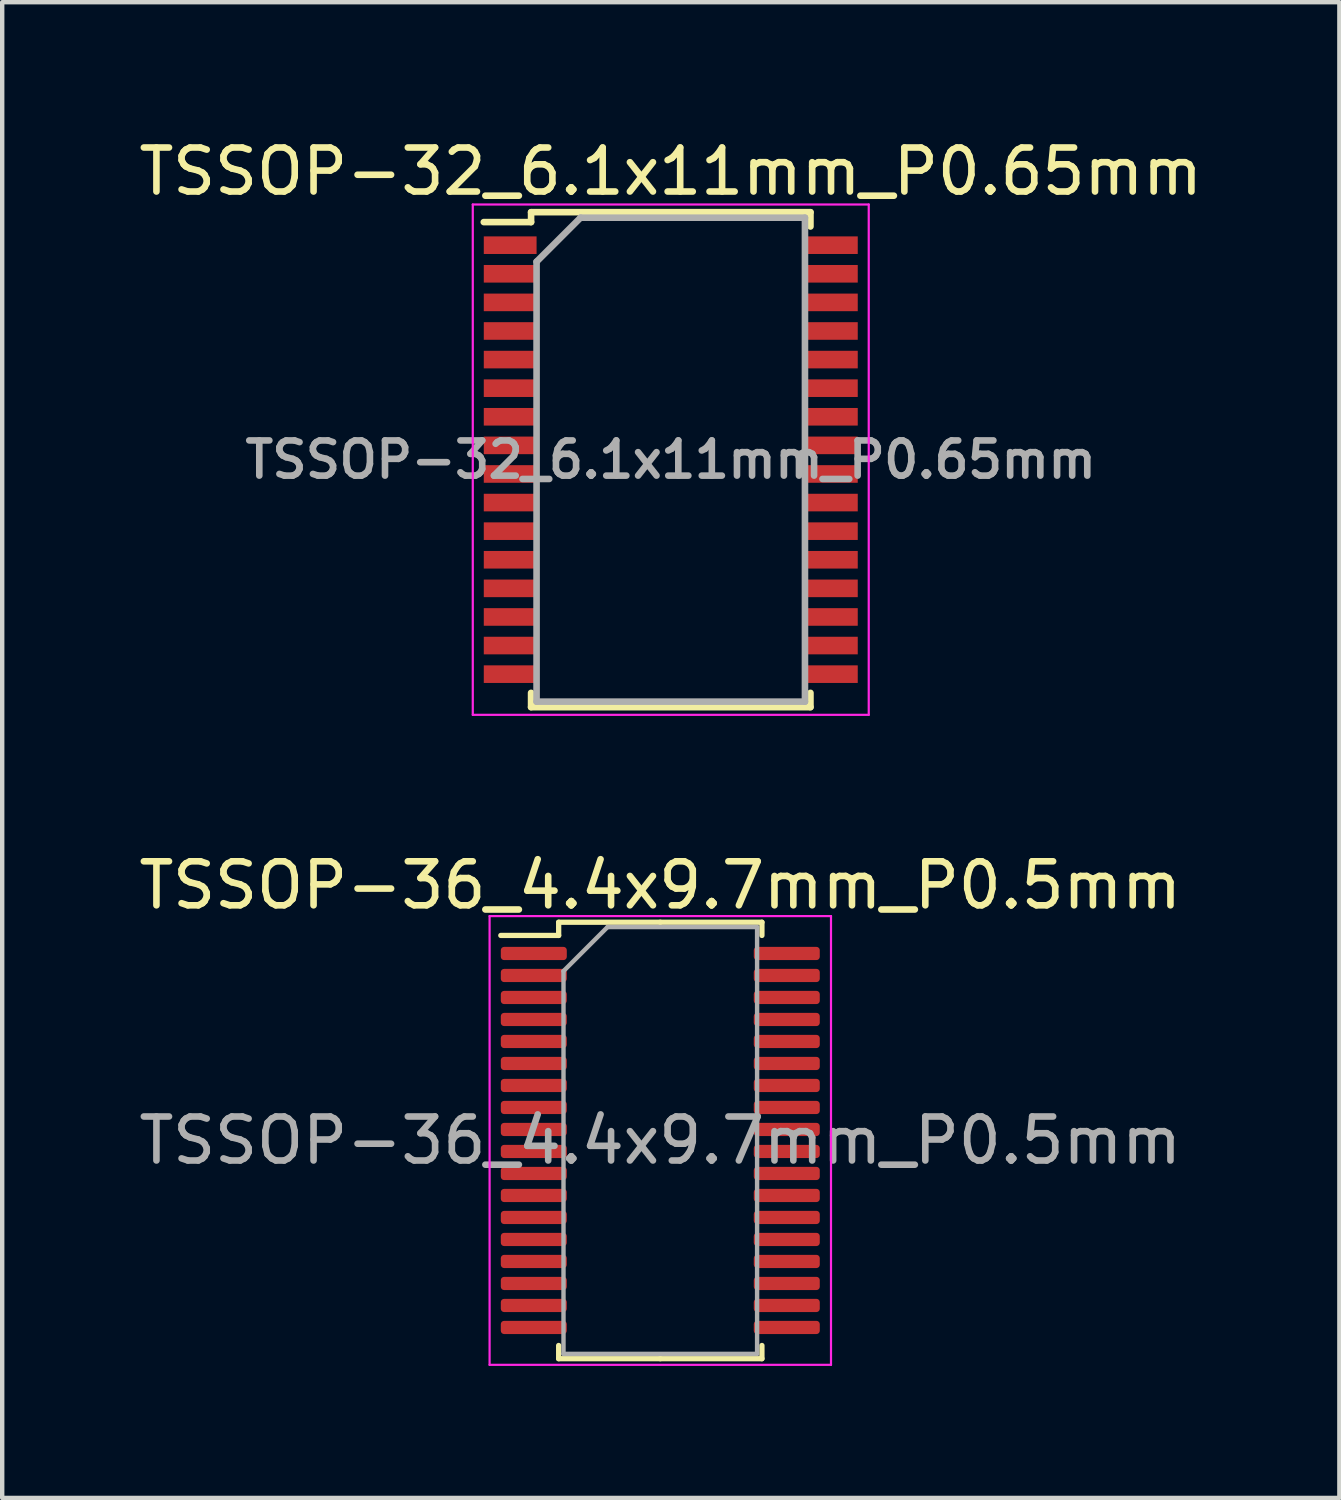
<source format=kicad_pcb>
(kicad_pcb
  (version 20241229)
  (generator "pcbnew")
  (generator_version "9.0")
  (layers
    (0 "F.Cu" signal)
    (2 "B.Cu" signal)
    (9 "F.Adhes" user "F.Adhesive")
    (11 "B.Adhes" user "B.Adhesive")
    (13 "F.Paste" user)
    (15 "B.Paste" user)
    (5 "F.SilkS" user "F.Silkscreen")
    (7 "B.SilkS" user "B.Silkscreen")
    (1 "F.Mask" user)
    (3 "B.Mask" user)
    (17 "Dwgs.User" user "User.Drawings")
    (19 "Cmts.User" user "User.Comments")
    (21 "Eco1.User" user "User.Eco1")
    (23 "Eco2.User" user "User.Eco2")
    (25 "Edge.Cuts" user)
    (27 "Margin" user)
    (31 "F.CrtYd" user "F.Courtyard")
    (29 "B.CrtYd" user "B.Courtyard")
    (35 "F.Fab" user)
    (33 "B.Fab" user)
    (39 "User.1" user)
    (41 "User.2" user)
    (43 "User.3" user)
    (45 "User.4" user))
  (footprint "TSSOP-32_6.1x11mm_P0.65mm"
    (layer "F.Cu")
    (at 12.196 7.398)
    (property "Reference" "TSSOP-32_6.1x11mm_P0.65mm" (at 0 -6.55 0) (layer "F.SilkS") (effects (font (size 1 1) (thickness 0.15))))
    (attr smd)
    (fp_line (start -3.175 -5.625) (end -3.175 -5.4) (stroke (width 0.15) (type solid)) (layer "F.SilkS"))
    (fp_line (start -3.175 -5.625) (end 3.175 -5.625) (stroke (width 0.15) (type solid)) (layer "F.SilkS"))
    (fp_line (start -3.175 -5.4) (end -4.25 -5.4) (stroke (width 0.15) (type solid)) (layer "F.SilkS"))
    (fp_line (start -3.175 5.625) (end -3.175 5.3) (stroke (width 0.15) (type solid)) (layer "F.SilkS"))
    (fp_line (start -3.175 5.625) (end 3.175 5.625) (stroke (width 0.15) (type solid)) (layer "F.SilkS"))
    (fp_line (start 3.175 -5.625) (end 3.175 -5.3) (stroke (width 0.15) (type solid)) (layer "F.SilkS"))
    (fp_line (start 3.175 5.625) (end 3.175 5.3) (stroke (width 0.15) (type solid)) (layer "F.SilkS"))
    (fp_line (start -4.5 -5.8) (end -4.5 5.8) (stroke (width 0.05) (type solid)) (layer "F.CrtYd"))
    (fp_line (start -4.5 -5.8) (end 4.5 -5.8) (stroke (width 0.05) (type solid)) (layer "F.CrtYd"))
    (fp_line (start -4.5 5.8) (end 4.5 5.8) (stroke (width 0.05) (type solid)) (layer "F.CrtYd"))
    (fp_line (start 4.5 -5.8) (end 4.5 5.8) (stroke (width 0.05) (type solid)) (layer "F.CrtYd"))
    (fp_line (start -3.05 -4.5) (end -2.05 -5.5) (stroke (width 0.15) (type solid)) (layer "F.Fab"))
    (fp_line (start -3.05 5.5) (end -3.05 -4.5) (stroke (width 0.15) (type solid)) (layer "F.Fab"))
    (fp_line (start -2.05 -5.5) (end 3.05 -5.5) (stroke (width 0.15) (type solid)) (layer "F.Fab"))
    (fp_line (start 3.05 -5.5) (end 3.05 5.5) (stroke (width 0.15) (type solid)) (layer "F.Fab"))
    (fp_line (start 3.05 5.5) (end -3.05 5.5) (stroke (width 0.15) (type solid)) (layer "F.Fab"))
    (fp_text user "${REFERENCE}" (at 0 0 0) (layer "F.Fab") (effects (font (size 0.8 0.8) (thickness 0.15))))
    (pad "1" smd rect (at -3.65 -4.875) (size 1.2 0.4) (layers "F.Cu" "F.Mask" "F.Paste"))
    (pad "2" smd rect (at -3.65 -4.225) (size 1.2 0.4) (layers "F.Cu" "F.Mask" "F.Paste"))
    (pad "3" smd rect (at -3.65 -3.575) (size 1.2 0.4) (layers "F.Cu" "F.Mask" "F.Paste"))
    (pad "4" smd rect (at -3.65 -2.925) (size 1.2 0.4) (layers "F.Cu" "F.Mask" "F.Paste"))
    (pad "5" smd rect (at -3.65 -2.275) (size 1.2 0.4) (layers "F.Cu" "F.Mask" "F.Paste"))
    (pad "6" smd rect (at -3.65 -1.625) (size 1.2 0.4) (layers "F.Cu" "F.Mask" "F.Paste"))
    (pad "7" smd rect (at -3.65 -0.975) (size 1.2 0.4) (layers "F.Cu" "F.Mask" "F.Paste"))
    (pad "8" smd rect (at -3.65 -0.325) (size 1.2 0.4) (layers "F.Cu" "F.Mask" "F.Paste"))
    (pad "9" smd rect (at -3.65 0.325) (size 1.2 0.4) (layers "F.Cu" "F.Mask" "F.Paste"))
    (pad "10" smd rect (at -3.65 0.975) (size 1.2 0.4) (layers "F.Cu" "F.Mask" "F.Paste"))
    (pad "11" smd rect (at -3.65 1.625) (size 1.2 0.4) (layers "F.Cu" "F.Mask" "F.Paste"))
    (pad "12" smd rect (at -3.65 2.275) (size 1.2 0.4) (layers "F.Cu" "F.Mask" "F.Paste"))
    (pad "13" smd rect (at -3.65 2.925) (size 1.2 0.4) (layers "F.Cu" "F.Mask" "F.Paste"))
    (pad "14" smd rect (at -3.65 3.575) (size 1.2 0.4) (layers "F.Cu" "F.Mask" "F.Paste"))
    (pad "15" smd rect (at -3.65 4.225) (size 1.2 0.4) (layers "F.Cu" "F.Mask" "F.Paste"))
    (pad "16" smd rect (at -3.65 4.875) (size 1.2 0.4) (layers "F.Cu" "F.Mask" "F.Paste"))
    (pad "17" smd rect (at 3.65 4.875) (size 1.2 0.4) (layers "F.Cu" "F.Mask" "F.Paste"))
    (pad "18" smd rect (at 3.65 4.225) (size 1.2 0.4) (layers "F.Cu" "F.Mask" "F.Paste"))
    (pad "19" smd rect (at 3.65 3.575) (size 1.2 0.4) (layers "F.Cu" "F.Mask" "F.Paste"))
    (pad "20" smd rect (at 3.65 2.925) (size 1.2 0.4) (layers "F.Cu" "F.Mask" "F.Paste"))
    (pad "21" smd rect (at 3.65 2.275) (size 1.2 0.4) (layers "F.Cu" "F.Mask" "F.Paste"))
    (pad "22" smd rect (at 3.65 1.625) (size 1.2 0.4) (layers "F.Cu" "F.Mask" "F.Paste"))
    (pad "23" smd rect (at 3.65 0.975) (size 1.2 0.4) (layers "F.Cu" "F.Mask" "F.Paste"))
    (pad "24" smd rect (at 3.65 0.325) (size 1.2 0.4) (layers "F.Cu" "F.Mask" "F.Paste"))
    (pad "25" smd rect (at 3.65 -0.325) (size 1.2 0.4) (layers "F.Cu" "F.Mask" "F.Paste"))
    (pad "26" smd rect (at 3.65 -0.975) (size 1.2 0.4) (layers "F.Cu" "F.Mask" "F.Paste"))
    (pad "27" smd rect (at 3.65 -1.625) (size 1.2 0.4) (layers "F.Cu" "F.Mask" "F.Paste"))
    (pad "28" smd rect (at 3.65 -2.275) (size 1.2 0.4) (layers "F.Cu" "F.Mask" "F.Paste"))
    (pad "29" smd rect (at 3.65 -2.925) (size 1.2 0.4) (layers "F.Cu" "F.Mask" "F.Paste"))
    (pad "30" smd rect (at 3.65 -3.575) (size 1.2 0.4) (layers "F.Cu" "F.Mask" "F.Paste"))
    (pad "31" smd rect (at 3.65 -4.225) (size 1.2 0.4) (layers "F.Cu" "F.Mask" "F.Paste"))
    (pad "32" smd rect (at 3.65 -4.875) (size 1.2 0.4) (layers "F.Cu" "F.Mask" "F.Paste")))
  (footprint "TSSOP-36_4.4x9.7mm_P0.5mm"
    (layer "F.Cu")
    (at 11.958 22.872)
    (property "Reference" "TSSOP-36_4.4x9.7mm_P0.5mm" (at 0 -5.8 0) (layer "F.SilkS") (effects (font (size 1 1) (thickness 0.15))))
    (attr smd)
    (fp_line (start -2.31 -4.96) (end -2.31 -4.66) (stroke (width 0.12) (type solid)) (layer "F.SilkS"))
    (fp_line (start -2.31 -4.66) (end -3.625 -4.66) (stroke (width 0.12) (type solid)) (layer "F.SilkS"))
    (fp_line (start -2.31 4.96) (end -2.31 4.66) (stroke (width 0.12) (type solid)) (layer "F.SilkS"))
    (fp_line (start 0 -4.96) (end -2.31 -4.96) (stroke (width 0.12) (type solid)) (layer "F.SilkS"))
    (fp_line (start 0 -4.96) (end 2.31 -4.96) (stroke (width 0.12) (type solid)) (layer "F.SilkS"))
    (fp_line (start 0 4.96) (end -2.31 4.96) (stroke (width 0.12) (type solid)) (layer "F.SilkS"))
    (fp_line (start 0 4.96) (end 2.31 4.96) (stroke (width 0.12) (type solid)) (layer "F.SilkS"))
    (fp_line (start 2.31 -4.96) (end 2.31 -4.66) (stroke (width 0.12) (type solid)) (layer "F.SilkS"))
    (fp_line (start 2.31 4.96) (end 2.31 4.66) (stroke (width 0.12) (type solid)) (layer "F.SilkS"))
    (fp_line (start -3.88 -5.1) (end -3.88 5.1) (stroke (width 0.05) (type solid)) (layer "F.CrtYd"))
    (fp_line (start -3.88 5.1) (end 3.88 5.1) (stroke (width 0.05) (type solid)) (layer "F.CrtYd"))
    (fp_line (start 3.88 -5.1) (end -3.88 -5.1) (stroke (width 0.05) (type solid)) (layer "F.CrtYd"))
    (fp_line (start 3.88 5.1) (end 3.88 -5.1) (stroke (width 0.05) (type solid)) (layer "F.CrtYd"))
    (fp_line (start -2.2 -3.85) (end -1.2 -4.85) (stroke (width 0.1) (type solid)) (layer "F.Fab"))
    (fp_line (start -2.2 4.85) (end -2.2 -3.85) (stroke (width 0.1) (type solid)) (layer "F.Fab"))
    (fp_line (start -1.2 -4.85) (end 2.2 -4.85) (stroke (width 0.1) (type solid)) (layer "F.Fab"))
    (fp_line (start 2.2 -4.85) (end 2.2 4.85) (stroke (width 0.1) (type solid)) (layer "F.Fab"))
    (fp_line (start 2.2 4.85) (end -2.2 4.85) (stroke (width 0.1) (type solid)) (layer "F.Fab"))
    (fp_text user "${REFERENCE}" (at 0 0 0) (layer "F.Fab") (effects (font (size 1 1) (thickness 0.15))))
    (pad "1" smd roundrect (at -2.875 -4.25) (size 1.5 0.3) (layers "F.Cu" "F.Mask" "F.Paste") (roundrect_rratio 0.25))
    (pad "2" smd roundrect (at -2.875 -3.75) (size 1.5 0.3) (layers "F.Cu" "F.Mask" "F.Paste") (roundrect_rratio 0.25))
    (pad "3" smd roundrect (at -2.875 -3.25) (size 1.5 0.3) (layers "F.Cu" "F.Mask" "F.Paste") (roundrect_rratio 0.25))
    (pad "4" smd roundrect (at -2.875 -2.75) (size 1.5 0.3) (layers "F.Cu" "F.Mask" "F.Paste") (roundrect_rratio 0.25))
    (pad "5" smd roundrect (at -2.875 -2.25) (size 1.5 0.3) (layers "F.Cu" "F.Mask" "F.Paste") (roundrect_rratio 0.25))
    (pad "6" smd roundrect (at -2.875 -1.75) (size 1.5 0.3) (layers "F.Cu" "F.Mask" "F.Paste") (roundrect_rratio 0.25))
    (pad "7" smd roundrect (at -2.875 -1.25) (size 1.5 0.3) (layers "F.Cu" "F.Mask" "F.Paste") (roundrect_rratio 0.25))
    (pad "8" smd roundrect (at -2.875 -0.75) (size 1.5 0.3) (layers "F.Cu" "F.Mask" "F.Paste") (roundrect_rratio 0.25))
    (pad "9" smd roundrect (at -2.875 -0.25) (size 1.5 0.3) (layers "F.Cu" "F.Mask" "F.Paste") (roundrect_rratio 0.25))
    (pad "10" smd roundrect (at -2.875 0.25) (size 1.5 0.3) (layers "F.Cu" "F.Mask" "F.Paste") (roundrect_rratio 0.25))
    (pad "11" smd roundrect (at -2.875 0.75) (size 1.5 0.3) (layers "F.Cu" "F.Mask" "F.Paste") (roundrect_rratio 0.25))
    (pad "12" smd roundrect (at -2.875 1.25) (size 1.5 0.3) (layers "F.Cu" "F.Mask" "F.Paste") (roundrect_rratio 0.25))
    (pad "13" smd roundrect (at -2.875 1.75) (size 1.5 0.3) (layers "F.Cu" "F.Mask" "F.Paste") (roundrect_rratio 0.25))
    (pad "14" smd roundrect (at -2.875 2.25) (size 1.5 0.3) (layers "F.Cu" "F.Mask" "F.Paste") (roundrect_rratio 0.25))
    (pad "15" smd roundrect (at -2.875 2.75) (size 1.5 0.3) (layers "F.Cu" "F.Mask" "F.Paste") (roundrect_rratio 0.25))
    (pad "16" smd roundrect (at -2.875 3.25) (size 1.5 0.3) (layers "F.Cu" "F.Mask" "F.Paste") (roundrect_rratio 0.25))
    (pad "17" smd roundrect (at -2.875 3.75) (size 1.5 0.3) (layers "F.Cu" "F.Mask" "F.Paste") (roundrect_rratio 0.25))
    (pad "18" smd roundrect (at -2.875 4.25) (size 1.5 0.3) (layers "F.Cu" "F.Mask" "F.Paste") (roundrect_rratio 0.25))
    (pad "19" smd roundrect (at 2.875 4.25) (size 1.5 0.3) (layers "F.Cu" "F.Mask" "F.Paste") (roundrect_rratio 0.25))
    (pad "20" smd roundrect (at 2.875 3.75) (size 1.5 0.3) (layers "F.Cu" "F.Mask" "F.Paste") (roundrect_rratio 0.25))
    (pad "21" smd roundrect (at 2.875 3.25) (size 1.5 0.3) (layers "F.Cu" "F.Mask" "F.Paste") (roundrect_rratio 0.25))
    (pad "22" smd roundrect (at 2.875 2.75) (size 1.5 0.3) (layers "F.Cu" "F.Mask" "F.Paste") (roundrect_rratio 0.25))
    (pad "23" smd roundrect (at 2.875 2.25) (size 1.5 0.3) (layers "F.Cu" "F.Mask" "F.Paste") (roundrect_rratio 0.25))
    (pad "24" smd roundrect (at 2.875 1.75) (size 1.5 0.3) (layers "F.Cu" "F.Mask" "F.Paste") (roundrect_rratio 0.25))
    (pad "25" smd roundrect (at 2.875 1.25) (size 1.5 0.3) (layers "F.Cu" "F.Mask" "F.Paste") (roundrect_rratio 0.25))
    (pad "26" smd roundrect (at 2.875 0.75) (size 1.5 0.3) (layers "F.Cu" "F.Mask" "F.Paste") (roundrect_rratio 0.25))
    (pad "27" smd roundrect (at 2.875 0.25) (size 1.5 0.3) (layers "F.Cu" "F.Mask" "F.Paste") (roundrect_rratio 0.25))
    (pad "28" smd roundrect (at 2.875 -0.25) (size 1.5 0.3) (layers "F.Cu" "F.Mask" "F.Paste") (roundrect_rratio 0.25))
    (pad "29" smd roundrect (at 2.875 -0.75) (size 1.5 0.3) (layers "F.Cu" "F.Mask" "F.Paste") (roundrect_rratio 0.25))
    (pad "30" smd roundrect (at 2.875 -1.25) (size 1.5 0.3) (layers "F.Cu" "F.Mask" "F.Paste") (roundrect_rratio 0.25))
    (pad "31" smd roundrect (at 2.875 -1.75) (size 1.5 0.3) (layers "F.Cu" "F.Mask" "F.Paste") (roundrect_rratio 0.25))
    (pad "32" smd roundrect (at 2.875 -2.25) (size 1.5 0.3) (layers "F.Cu" "F.Mask" "F.Paste") (roundrect_rratio 0.25))
    (pad "33" smd roundrect (at 2.875 -2.75) (size 1.5 0.3) (layers "F.Cu" "F.Mask" "F.Paste") (roundrect_rratio 0.25))
    (pad "34" smd roundrect (at 2.875 -3.25) (size 1.5 0.3) (layers "F.Cu" "F.Mask" "F.Paste") (roundrect_rratio 0.25))
    (pad "35" smd roundrect (at 2.875 -3.75) (size 1.5 0.3) (layers "F.Cu" "F.Mask" "F.Paste") (roundrect_rratio 0.25))
    (pad "36" smd roundrect (at 2.875 -4.25) (size 1.5 0.3) (layers "F.Cu" "F.Mask" "F.Paste") (roundrect_rratio 0.25)))
  (gr_rect
    (start -3 -3)
    (end 27.393 30.997)
    (stroke (width 0.1) (type default))
    (fill no)
    (layer "Edge.Cuts")))
</source>
